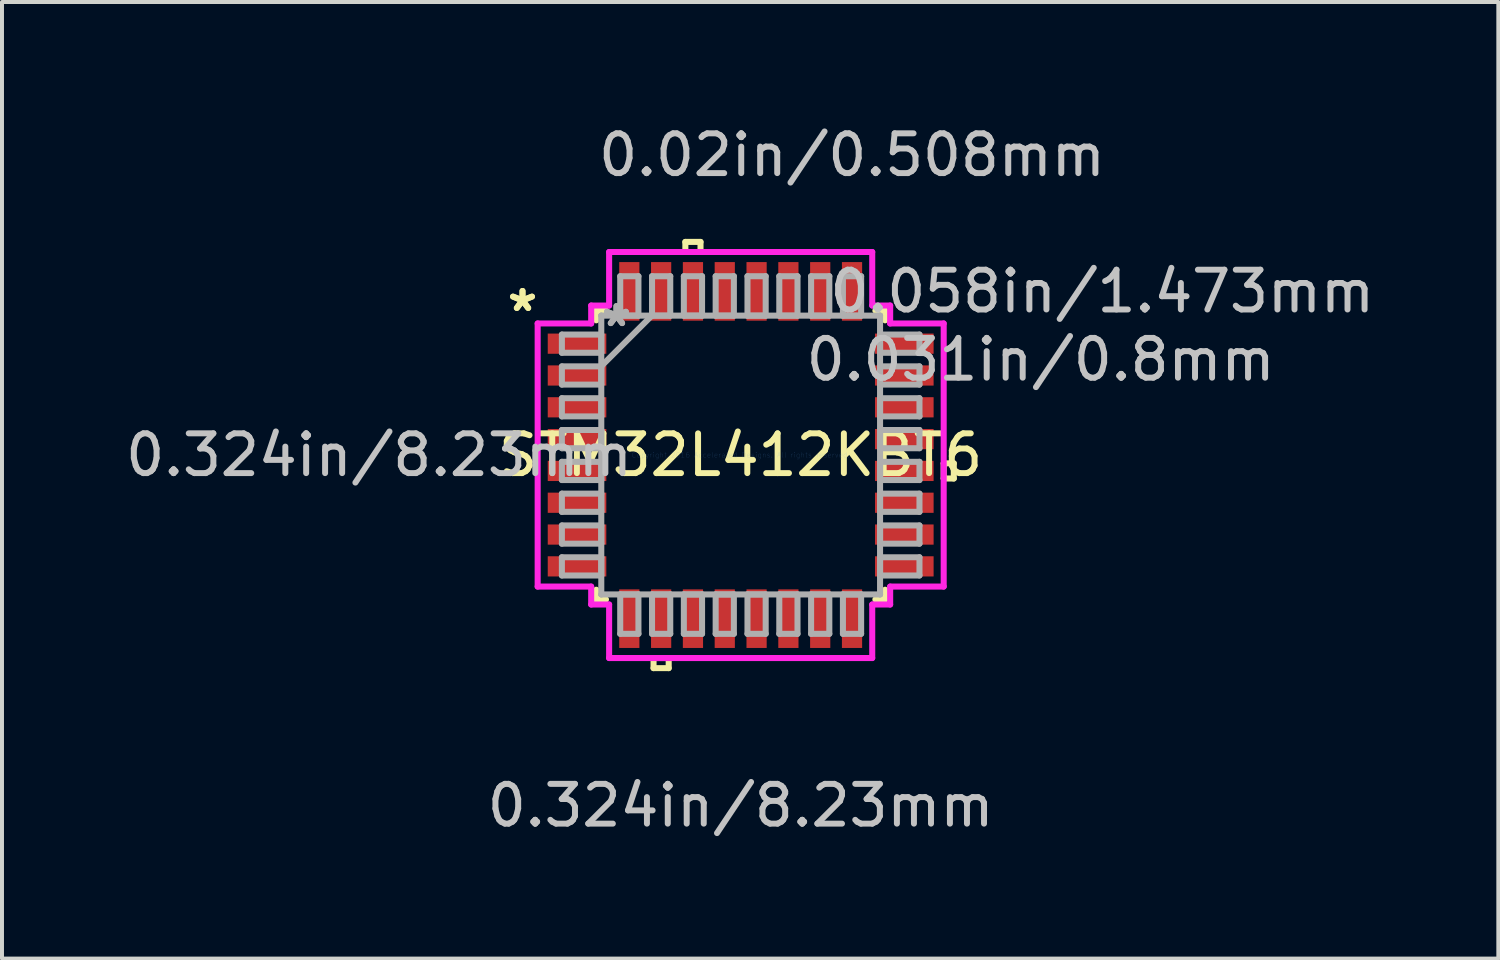
<source format=kicad_pcb>
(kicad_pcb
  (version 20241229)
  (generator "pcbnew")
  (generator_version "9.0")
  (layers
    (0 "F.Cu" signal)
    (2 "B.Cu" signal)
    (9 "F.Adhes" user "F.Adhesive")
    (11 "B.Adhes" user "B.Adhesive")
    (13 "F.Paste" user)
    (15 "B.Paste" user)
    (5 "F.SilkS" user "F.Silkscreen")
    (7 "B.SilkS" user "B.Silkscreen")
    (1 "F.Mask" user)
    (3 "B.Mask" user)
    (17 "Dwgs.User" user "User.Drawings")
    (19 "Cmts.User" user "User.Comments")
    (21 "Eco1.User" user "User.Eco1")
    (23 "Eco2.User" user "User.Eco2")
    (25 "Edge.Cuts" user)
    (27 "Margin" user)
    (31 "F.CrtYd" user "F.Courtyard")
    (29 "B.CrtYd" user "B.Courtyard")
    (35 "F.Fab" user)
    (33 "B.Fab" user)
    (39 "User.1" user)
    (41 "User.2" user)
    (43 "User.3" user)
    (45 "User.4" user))
  (footprint "STM32L412KBT6"
    (layer "F.Cu")
    (at 15.575 8.392)
    (property "Reference" "STM32L412KBT6" (at 0 0 0) (layer "F.SilkS") (effects (font (size 1 1) (thickness 0.15))))
    (attr through_hole)
    (fp_line (start -3.632 -3.632) (end -3.632 -3.387) (stroke (width 0.152) (type solid)) (layer "F.SilkS"))
    (fp_line (start -3.632 3.387) (end -3.632 3.632) (stroke (width 0.152) (type solid)) (layer "F.SilkS"))
    (fp_line (start -3.632 3.632) (end -3.387 3.632) (stroke (width 0.152) (type solid)) (layer "F.SilkS"))
    (fp_line (start -3.387 -3.632) (end -3.632 -3.632) (stroke (width 0.152) (type solid)) (layer "F.SilkS"))
    (fp_line (start -2.191 5.105) (end -2.191 5.359) (stroke (width 0.152) (type solid)) (layer "F.SilkS"))
    (fp_line (start -2.191 5.359) (end -1.81 5.359) (stroke (width 0.152) (type solid)) (layer "F.SilkS"))
    (fp_line (start -1.81 5.105) (end -2.191 5.105) (stroke (width 0.152) (type solid)) (layer "F.SilkS"))
    (fp_line (start -1.81 5.359) (end -1.81 5.105) (stroke (width 0.152) (type solid)) (layer "F.SilkS"))
    (fp_line (start -1.391 -5.359) (end -1.01 -5.359) (stroke (width 0.152) (type solid)) (layer "F.SilkS"))
    (fp_line (start -1.391 -5.105) (end -1.391 -5.359) (stroke (width 0.152) (type solid)) (layer "F.SilkS"))
    (fp_line (start -1.01 -5.359) (end -1.01 -5.105) (stroke (width 0.152) (type solid)) (layer "F.SilkS"))
    (fp_line (start -1.01 -5.105) (end -1.391 -5.105) (stroke (width 0.152) (type solid)) (layer "F.SilkS"))
    (fp_line (start 3.387 3.632) (end 3.632 3.632) (stroke (width 0.152) (type solid)) (layer "F.SilkS"))
    (fp_line (start 3.632 -3.632) (end 3.387 -3.632) (stroke (width 0.152) (type solid)) (layer "F.SilkS"))
    (fp_line (start 3.632 -3.387) (end 3.632 -3.632) (stroke (width 0.152) (type solid)) (layer "F.SilkS"))
    (fp_line (start 3.632 3.632) (end 3.632 3.387) (stroke (width 0.152) (type solid)) (layer "F.SilkS"))
    (fp_line (start 5.105 0.209) (end 5.359 0.209) (stroke (width 0.152) (type solid)) (layer "F.SilkS"))
    (fp_line (start 5.105 0.59) (end 5.105 0.209) (stroke (width 0.152) (type solid)) (layer "F.SilkS"))
    (fp_line (start 5.359 0.209) (end 5.359 0.59) (stroke (width 0.152) (type solid)) (layer "F.SilkS"))
    (fp_line (start 5.359 0.59) (end 5.105 0.59) (stroke (width 0.152) (type solid)) (layer "F.SilkS"))
    (fp_line (start -5.105 -3.308) (end -3.759 -3.308) (stroke (width 0.152) (type solid)) (layer "F.CrtYd"))
    (fp_line (start -5.105 3.308) (end -5.105 -3.308) (stroke (width 0.152) (type solid)) (layer "F.CrtYd"))
    (fp_line (start -3.759 -3.759) (end -3.308 -3.759) (stroke (width 0.152) (type solid)) (layer "F.CrtYd"))
    (fp_line (start -3.759 -3.308) (end -3.759 -3.759) (stroke (width 0.152) (type solid)) (layer "F.CrtYd"))
    (fp_line (start -3.759 3.308) (end -5.105 3.308) (stroke (width 0.152) (type solid)) (layer "F.CrtYd"))
    (fp_line (start -3.759 3.759) (end -3.759 3.308) (stroke (width 0.152) (type solid)) (layer "F.CrtYd"))
    (fp_line (start -3.308 -5.105) (end 3.308 -5.105) (stroke (width 0.152) (type solid)) (layer "F.CrtYd"))
    (fp_line (start -3.308 -3.759) (end -3.308 -5.105) (stroke (width 0.152) (type solid)) (layer "F.CrtYd"))
    (fp_line (start -3.308 3.759) (end -3.759 3.759) (stroke (width 0.152) (type solid)) (layer "F.CrtYd"))
    (fp_line (start -3.308 5.105) (end -3.308 3.759) (stroke (width 0.152) (type solid)) (layer "F.CrtYd"))
    (fp_line (start 3.308 -5.105) (end 3.308 -3.759) (stroke (width 0.152) (type solid)) (layer "F.CrtYd"))
    (fp_line (start 3.308 -3.759) (end 3.759 -3.759) (stroke (width 0.152) (type solid)) (layer "F.CrtYd"))
    (fp_line (start 3.308 3.759) (end 3.308 5.105) (stroke (width 0.152) (type solid)) (layer "F.CrtYd"))
    (fp_line (start 3.308 5.105) (end -3.308 5.105) (stroke (width 0.152) (type solid)) (layer "F.CrtYd"))
    (fp_line (start 3.759 -3.759) (end 3.759 -3.308) (stroke (width 0.152) (type solid)) (layer "F.CrtYd"))
    (fp_line (start 3.759 -3.308) (end 5.105 -3.308) (stroke (width 0.152) (type solid)) (layer "F.CrtYd"))
    (fp_line (start 3.759 3.308) (end 3.759 3.759) (stroke (width 0.152) (type solid)) (layer "F.CrtYd"))
    (fp_line (start 3.759 3.759) (end 3.308 3.759) (stroke (width 0.152) (type solid)) (layer "F.CrtYd"))
    (fp_line (start 5.105 -3.308) (end 5.105 3.308) (stroke (width 0.152) (type solid)) (layer "F.CrtYd"))
    (fp_line (start 5.105 3.308) (end 3.759 3.308) (stroke (width 0.152) (type solid)) (layer "F.CrtYd"))
    (fp_line (start -4.496 -3.029) (end -4.496 -2.571) (stroke (width 0.152) (type solid)) (layer "F.Fab"))
    (fp_line (start -4.496 -2.571) (end -3.505 -2.571) (stroke (width 0.152) (type solid)) (layer "F.Fab"))
    (fp_line (start -4.496 -2.229) (end -4.496 -1.771) (stroke (width 0.152) (type solid)) (layer "F.Fab"))
    (fp_line (start -4.496 -1.771) (end -3.505 -1.771) (stroke (width 0.152) (type solid)) (layer "F.Fab"))
    (fp_line (start -4.496 -1.429) (end -4.496 -0.971) (stroke (width 0.152) (type solid)) (layer "F.Fab"))
    (fp_line (start -4.496 -0.971) (end -3.505 -0.971) (stroke (width 0.152) (type solid)) (layer "F.Fab"))
    (fp_line (start -4.496 -0.629) (end -4.496 -0.171) (stroke (width 0.152) (type solid)) (layer "F.Fab"))
    (fp_line (start -4.496 -0.171) (end -3.505 -0.171) (stroke (width 0.152) (type solid)) (layer "F.Fab"))
    (fp_line (start -4.496 0.171) (end -4.496 0.629) (stroke (width 0.152) (type solid)) (layer "F.Fab"))
    (fp_line (start -4.496 0.629) (end -3.505 0.629) (stroke (width 0.152) (type solid)) (layer "F.Fab"))
    (fp_line (start -4.496 0.971) (end -4.496 1.429) (stroke (width 0.152) (type solid)) (layer "F.Fab"))
    (fp_line (start -4.496 1.429) (end -3.505 1.429) (stroke (width 0.152) (type solid)) (layer "F.Fab"))
    (fp_line (start -4.496 1.771) (end -4.496 2.229) (stroke (width 0.152) (type solid)) (layer "F.Fab"))
    (fp_line (start -4.496 2.229) (end -3.505 2.229) (stroke (width 0.152) (type solid)) (layer "F.Fab"))
    (fp_line (start -4.496 2.571) (end -4.496 3.029) (stroke (width 0.152) (type solid)) (layer "F.Fab"))
    (fp_line (start -4.496 3.029) (end -3.505 3.029) (stroke (width 0.152) (type solid)) (layer "F.Fab"))
    (fp_line (start -3.505 -3.505) (end -3.505 -3.505) (stroke (width 0.152) (type solid)) (layer "F.Fab"))
    (fp_line (start -3.505 -3.505) (end -3.505 3.505) (stroke (width 0.152) (type solid)) (layer "F.Fab"))
    (fp_line (start -3.505 -3.029) (end -4.496 -3.029) (stroke (width 0.152) (type solid)) (layer "F.Fab"))
    (fp_line (start -3.505 -2.571) (end -3.505 -3.029) (stroke (width 0.152) (type solid)) (layer "F.Fab"))
    (fp_line (start -3.505 -2.235) (end -2.235 -3.505) (stroke (width 0.152) (type solid)) (layer "F.Fab"))
    (fp_line (start -3.505 -2.229) (end -4.496 -2.229) (stroke (width 0.152) (type solid)) (layer "F.Fab"))
    (fp_line (start -3.505 -1.771) (end -3.505 -2.229) (stroke (width 0.152) (type solid)) (layer "F.Fab"))
    (fp_line (start -3.505 -1.429) (end -4.496 -1.429) (stroke (width 0.152) (type solid)) (layer "F.Fab"))
    (fp_line (start -3.505 -0.971) (end -3.505 -1.429) (stroke (width 0.152) (type solid)) (layer "F.Fab"))
    (fp_line (start -3.505 -0.629) (end -4.496 -0.629) (stroke (width 0.152) (type solid)) (layer "F.Fab"))
    (fp_line (start -3.505 -0.171) (end -3.505 -0.629) (stroke (width 0.152) (type solid)) (layer "F.Fab"))
    (fp_line (start -3.505 0.171) (end -4.496 0.171) (stroke (width 0.152) (type solid)) (layer "F.Fab"))
    (fp_line (start -3.505 0.629) (end -3.505 0.171) (stroke (width 0.152) (type solid)) (layer "F.Fab"))
    (fp_line (start -3.505 0.971) (end -4.496 0.971) (stroke (width 0.152) (type solid)) (layer "F.Fab"))
    (fp_line (start -3.505 1.429) (end -3.505 0.971) (stroke (width 0.152) (type solid)) (layer "F.Fab"))
    (fp_line (start -3.505 1.771) (end -4.496 1.771) (stroke (width 0.152) (type solid)) (layer "F.Fab"))
    (fp_line (start -3.505 2.229) (end -3.505 1.771) (stroke (width 0.152) (type solid)) (layer "F.Fab"))
    (fp_line (start -3.505 2.571) (end -4.496 2.571) (stroke (width 0.152) (type solid)) (layer "F.Fab"))
    (fp_line (start -3.505 3.029) (end -3.505 2.571) (stroke (width 0.152) (type solid)) (layer "F.Fab"))
    (fp_line (start -3.505 3.505) (end -3.505 3.505) (stroke (width 0.152) (type solid)) (layer "F.Fab"))
    (fp_line (start -3.505 3.505) (end 3.505 3.505) (stroke (width 0.152) (type solid)) (layer "F.Fab"))
    (fp_line (start -3.029 -4.496) (end -3.029 -3.505) (stroke (width 0.152) (type solid)) (layer "F.Fab"))
    (fp_line (start -3.029 -3.505) (end -2.571 -3.505) (stroke (width 0.152) (type solid)) (layer "F.Fab"))
    (fp_line (start -3.029 3.505) (end -3.029 4.496) (stroke (width 0.152) (type solid)) (layer "F.Fab"))
    (fp_line (start -3.029 4.496) (end -2.571 4.496) (stroke (width 0.152) (type solid)) (layer "F.Fab"))
    (fp_line (start -2.571 -4.496) (end -3.029 -4.496) (stroke (width 0.152) (type solid)) (layer "F.Fab"))
    (fp_line (start -2.571 -3.505) (end -2.571 -4.496) (stroke (width 0.152) (type solid)) (layer "F.Fab"))
    (fp_line (start -2.571 3.505) (end -3.029 3.505) (stroke (width 0.152) (type solid)) (layer "F.Fab"))
    (fp_line (start -2.571 4.496) (end -2.571 3.505) (stroke (width 0.152) (type solid)) (layer "F.Fab"))
    (fp_line (start -2.229 -4.496) (end -2.229 -3.505) (stroke (width 0.152) (type solid)) (layer "F.Fab"))
    (fp_line (start -2.229 -3.505) (end -1.771 -3.505) (stroke (width 0.152) (type solid)) (layer "F.Fab"))
    (fp_line (start -2.229 3.505) (end -2.229 4.496) (stroke (width 0.152) (type solid)) (layer "F.Fab"))
    (fp_line (start -2.229 4.496) (end -1.771 4.496) (stroke (width 0.152) (type solid)) (layer "F.Fab"))
    (fp_line (start -1.771 -4.496) (end -2.229 -4.496) (stroke (width 0.152) (type solid)) (layer "F.Fab"))
    (fp_line (start -1.771 -3.505) (end -1.771 -4.496) (stroke (width 0.152) (type solid)) (layer "F.Fab"))
    (fp_line (start -1.771 3.505) (end -2.229 3.505) (stroke (width 0.152) (type solid)) (layer "F.Fab"))
    (fp_line (start -1.771 4.496) (end -1.771 3.505) (stroke (width 0.152) (type solid)) (layer "F.Fab"))
    (fp_line (start -1.429 -4.496) (end -1.429 -3.505) (stroke (width 0.152) (type solid)) (layer "F.Fab"))
    (fp_line (start -1.429 -3.505) (end -0.971 -3.505) (stroke (width 0.152) (type solid)) (layer "F.Fab"))
    (fp_line (start -1.429 3.505) (end -1.429 4.496) (stroke (width 0.152) (type solid)) (layer "F.Fab"))
    (fp_line (start -1.429 4.496) (end -0.971 4.496) (stroke (width 0.152) (type solid)) (layer "F.Fab"))
    (fp_line (start -0.971 -4.496) (end -1.429 -4.496) (stroke (width 0.152) (type solid)) (layer "F.Fab"))
    (fp_line (start -0.971 -3.505) (end -0.971 -4.496) (stroke (width 0.152) (type solid)) (layer "F.Fab"))
    (fp_line (start -0.971 3.505) (end -1.429 3.505) (stroke (width 0.152) (type solid)) (layer "F.Fab"))
    (fp_line (start -0.971 4.496) (end -0.971 3.505) (stroke (width 0.152) (type solid)) (layer "F.Fab"))
    (fp_line (start -0.629 -4.496) (end -0.629 -3.505) (stroke (width 0.152) (type solid)) (layer "F.Fab"))
    (fp_line (start -0.629 -3.505) (end -0.171 -3.505) (stroke (width 0.152) (type solid)) (layer "F.Fab"))
    (fp_line (start -0.629 3.505) (end -0.629 4.496) (stroke (width 0.152) (type solid)) (layer "F.Fab"))
    (fp_line (start -0.629 4.496) (end -0.171 4.496) (stroke (width 0.152) (type solid)) (layer "F.Fab"))
    (fp_line (start -0.171 -4.496) (end -0.629 -4.496) (stroke (width 0.152) (type solid)) (layer "F.Fab"))
    (fp_line (start -0.171 -3.505) (end -0.171 -4.496) (stroke (width 0.152) (type solid)) (layer "F.Fab"))
    (fp_line (start -0.171 3.505) (end -0.629 3.505) (stroke (width 0.152) (type solid)) (layer "F.Fab"))
    (fp_line (start -0.171 4.496) (end -0.171 3.505) (stroke (width 0.152) (type solid)) (layer "F.Fab"))
    (fp_line (start 0.171 -4.496) (end 0.171 -3.505) (stroke (width 0.152) (type solid)) (layer "F.Fab"))
    (fp_line (start 0.171 -3.505) (end 0.629 -3.505) (stroke (width 0.152) (type solid)) (layer "F.Fab"))
    (fp_line (start 0.171 3.505) (end 0.171 4.496) (stroke (width 0.152) (type solid)) (layer "F.Fab"))
    (fp_line (start 0.171 4.496) (end 0.629 4.496) (stroke (width 0.152) (type solid)) (layer "F.Fab"))
    (fp_line (start 0.629 -4.496) (end 0.171 -4.496) (stroke (width 0.152) (type solid)) (layer "F.Fab"))
    (fp_line (start 0.629 -3.505) (end 0.629 -4.496) (stroke (width 0.152) (type solid)) (layer "F.Fab"))
    (fp_line (start 0.629 3.505) (end 0.171 3.505) (stroke (width 0.152) (type solid)) (layer "F.Fab"))
    (fp_line (start 0.629 4.496) (end 0.629 3.505) (stroke (width 0.152) (type solid)) (layer "F.Fab"))
    (fp_line (start 0.971 -4.496) (end 0.971 -3.505) (stroke (width 0.152) (type solid)) (layer "F.Fab"))
    (fp_line (start 0.971 -3.505) (end 1.429 -3.505) (stroke (width 0.152) (type solid)) (layer "F.Fab"))
    (fp_line (start 0.971 3.505) (end 0.971 4.496) (stroke (width 0.152) (type solid)) (layer "F.Fab"))
    (fp_line (start 0.971 4.496) (end 1.429 4.496) (stroke (width 0.152) (type solid)) (layer "F.Fab"))
    (fp_line (start 1.429 -4.496) (end 0.971 -4.496) (stroke (width 0.152) (type solid)) (layer "F.Fab"))
    (fp_line (start 1.429 -3.505) (end 1.429 -4.496) (stroke (width 0.152) (type solid)) (layer "F.Fab"))
    (fp_line (start 1.429 3.505) (end 0.971 3.505) (stroke (width 0.152) (type solid)) (layer "F.Fab"))
    (fp_line (start 1.429 4.496) (end 1.429 3.505) (stroke (width 0.152) (type solid)) (layer "F.Fab"))
    (fp_line (start 1.771 -4.496) (end 1.771 -3.505) (stroke (width 0.152) (type solid)) (layer "F.Fab"))
    (fp_line (start 1.771 -3.505) (end 2.229 -3.505) (stroke (width 0.152) (type solid)) (layer "F.Fab"))
    (fp_line (start 1.771 3.505) (end 1.771 4.496) (stroke (width 0.152) (type solid)) (layer "F.Fab"))
    (fp_line (start 1.771 4.496) (end 2.229 4.496) (stroke (width 0.152) (type solid)) (layer "F.Fab"))
    (fp_line (start 2.229 -4.496) (end 1.771 -4.496) (stroke (width 0.152) (type solid)) (layer "F.Fab"))
    (fp_line (start 2.229 -3.505) (end 2.229 -4.496) (stroke (width 0.152) (type solid)) (layer "F.Fab"))
    (fp_line (start 2.229 3.505) (end 1.771 3.505) (stroke (width 0.152) (type solid)) (layer "F.Fab"))
    (fp_line (start 2.229 4.496) (end 2.229 3.505) (stroke (width 0.152) (type solid)) (layer "F.Fab"))
    (fp_line (start 2.571 -4.496) (end 2.571 -3.505) (stroke (width 0.152) (type solid)) (layer "F.Fab"))
    (fp_line (start 2.571 -3.505) (end 3.029 -3.505) (stroke (width 0.152) (type solid)) (layer "F.Fab"))
    (fp_line (start 2.571 3.505) (end 2.571 4.496) (stroke (width 0.152) (type solid)) (layer "F.Fab"))
    (fp_line (start 2.571 4.496) (end 3.029 4.496) (stroke (width 0.152) (type solid)) (layer "F.Fab"))
    (fp_line (start 3.029 -4.496) (end 2.571 -4.496) (stroke (width 0.152) (type solid)) (layer "F.Fab"))
    (fp_line (start 3.029 -3.505) (end 3.029 -4.496) (stroke (width 0.152) (type solid)) (layer "F.Fab"))
    (fp_line (start 3.029 3.505) (end 2.571 3.505) (stroke (width 0.152) (type solid)) (layer "F.Fab"))
    (fp_line (start 3.029 4.496) (end 3.029 3.505) (stroke (width 0.152) (type solid)) (layer "F.Fab"))
    (fp_line (start 3.505 -3.505) (end -3.505 -3.505) (stroke (width 0.152) (type solid)) (layer "F.Fab"))
    (fp_line (start 3.505 -3.505) (end 3.505 -3.505) (stroke (width 0.152) (type solid)) (layer "F.Fab"))
    (fp_line (start 3.505 -3.029) (end 3.505 -2.571) (stroke (width 0.152) (type solid)) (layer "F.Fab"))
    (fp_line (start 3.505 -2.571) (end 4.496 -2.571) (stroke (width 0.152) (type solid)) (layer "F.Fab"))
    (fp_line (start 3.505 -2.229) (end 3.505 -1.771) (stroke (width 0.152) (type solid)) (layer "F.Fab"))
    (fp_line (start 3.505 -1.771) (end 4.496 -1.771) (stroke (width 0.152) (type solid)) (layer "F.Fab"))
    (fp_line (start 3.505 -1.429) (end 3.505 -0.971) (stroke (width 0.152) (type solid)) (layer "F.Fab"))
    (fp_line (start 3.505 -0.971) (end 4.496 -0.971) (stroke (width 0.152) (type solid)) (layer "F.Fab"))
    (fp_line (start 3.505 -0.629) (end 3.505 -0.171) (stroke (width 0.152) (type solid)) (layer "F.Fab"))
    (fp_line (start 3.505 -0.171) (end 4.496 -0.171) (stroke (width 0.152) (type solid)) (layer "F.Fab"))
    (fp_line (start 3.505 0.171) (end 3.505 0.629) (stroke (width 0.152) (type solid)) (layer "F.Fab"))
    (fp_line (start 3.505 0.629) (end 4.496 0.629) (stroke (width 0.152) (type solid)) (layer "F.Fab"))
    (fp_line (start 3.505 0.971) (end 3.505 1.429) (stroke (width 0.152) (type solid)) (layer "F.Fab"))
    (fp_line (start 3.505 1.429) (end 4.496 1.429) (stroke (width 0.152) (type solid)) (layer "F.Fab"))
    (fp_line (start 3.505 1.771) (end 3.505 2.229) (stroke (width 0.152) (type solid)) (layer "F.Fab"))
    (fp_line (start 3.505 2.229) (end 4.496 2.229) (stroke (width 0.152) (type solid)) (layer "F.Fab"))
    (fp_line (start 3.505 2.571) (end 3.505 3.029) (stroke (width 0.152) (type solid)) (layer "F.Fab"))
    (fp_line (start 3.505 3.029) (end 4.496 3.029) (stroke (width 0.152) (type solid)) (layer "F.Fab"))
    (fp_line (start 3.505 3.505) (end 3.505 -3.505) (stroke (width 0.152) (type solid)) (layer "F.Fab"))
    (fp_line (start 3.505 3.505) (end 3.505 3.505) (stroke (width 0.152) (type solid)) (layer "F.Fab"))
    (fp_line (start 4.496 -3.029) (end 3.505 -3.029) (stroke (width 0.152) (type solid)) (layer "F.Fab"))
    (fp_line (start 4.496 -2.571) (end 4.496 -3.029) (stroke (width 0.152) (type solid)) (layer "F.Fab"))
    (fp_line (start 4.496 -2.229) (end 3.505 -2.229) (stroke (width 0.152) (type solid)) (layer "F.Fab"))
    (fp_line (start 4.496 -1.771) (end 4.496 -2.229) (stroke (width 0.152) (type solid)) (layer "F.Fab"))
    (fp_line (start 4.496 -1.429) (end 3.505 -1.429) (stroke (width 0.152) (type solid)) (layer "F.Fab"))
    (fp_line (start 4.496 -0.971) (end 4.496 -1.429) (stroke (width 0.152) (type solid)) (layer "F.Fab"))
    (fp_line (start 4.496 -0.629) (end 3.505 -0.629) (stroke (width 0.152) (type solid)) (layer "F.Fab"))
    (fp_line (start 4.496 -0.171) (end 4.496 -0.629) (stroke (width 0.152) (type solid)) (layer "F.Fab"))
    (fp_line (start 4.496 0.171) (end 3.505 0.171) (stroke (width 0.152) (type solid)) (layer "F.Fab"))
    (fp_line (start 4.496 0.629) (end 4.496 0.171) (stroke (width 0.152) (type solid)) (layer "F.Fab"))
    (fp_line (start 4.496 0.971) (end 3.505 0.971) (stroke (width 0.152) (type solid)) (layer "F.Fab"))
    (fp_line (start 4.496 1.429) (end 4.496 0.971) (stroke (width 0.152) (type solid)) (layer "F.Fab"))
    (fp_line (start 4.496 1.771) (end 3.505 1.771) (stroke (width 0.152) (type solid)) (layer "F.Fab"))
    (fp_line (start 4.496 2.229) (end 4.496 1.771) (stroke (width 0.152) (type solid)) (layer "F.Fab"))
    (fp_line (start 4.496 2.571) (end 3.505 2.571) (stroke (width 0.152) (type solid)) (layer "F.Fab"))
    (fp_line (start 4.496 3.029) (end 4.496 2.571) (stroke (width 0.152) (type solid)) (layer "F.Fab"))
    (fp_text user "*" (at -5.486 -3.581 0) (layer "F.SilkS") (effects (font (size 1 1) (thickness 0.15))))
    (fp_text user "*" (at -5.486 -3.581 0) (layer "F.SilkS") (effects (font (size 1 1) (thickness 0.15))))
    (fp_text user "0.02in/0.508mm" (at 2.8 -7.544 0) (layer "Dwgs.User") (effects (font (size 1 1) (thickness 0.15))))
    (fp_text user "0.324in/8.23mm" (at 0 8.814 0) (layer "Dwgs.User") (effects (font (size 1 1) (thickness 0.15))))
    (fp_text user "0.058in/1.473mm" (at 9.093 -4.115 0) (layer "Dwgs.User") (effects (font (size 1 1) (thickness 0.15))))
    (fp_text user "0.324in/8.23mm" (at -9.093 0 0) (layer "Dwgs.User") (effects (font (size 1 1) (thickness 0.15))))
    (fp_text user "0.031in/0.8mm" (at 7.544 -2.4 0) (layer "Dwgs.User") (effects (font (size 1 1) (thickness 0.15))))
    (fp_text user "Copyright 2016 Accelerated Designs. All rights reserved." (at 0 0 0) (layer "Cmts.User") (effects (font (size 0.127 0.127) (thickness 0.002))))
    (fp_text user "*" (at -3.124 -3.2 0) (layer "F.Fab") (effects (font (size 1 1) (thickness 0.15))))
    (fp_text user "*" (at -3.124 -3.2 0) (layer "F.Fab") (effects (font (size 1 1) (thickness 0.15))))
    (pad "1" smd rect (at -4.115 -2.8 90) (size 0.508 1.473) (layers "F.Cu" "F.Mask" "F.Paste"))
    (pad "2" smd rect (at -4.115 -2 90) (size 0.508 1.473) (layers "F.Cu" "F.Mask" "F.Paste"))
    (pad "3" smd rect (at -4.115 -1.2 90) (size 0.508 1.473) (layers "F.Cu" "F.Mask" "F.Paste"))
    (pad "4" smd rect (at -4.115 -0.4 90) (size 0.508 1.473) (layers "F.Cu" "F.Mask" "F.Paste"))
    (pad "5" smd rect (at -4.115 0.4 90) (size 0.508 1.473) (layers "F.Cu" "F.Mask" "F.Paste"))
    (pad "6" smd rect (at -4.115 1.2 90) (size 0.508 1.473) (layers "F.Cu" "F.Mask" "F.Paste"))
    (pad "7" smd rect (at -4.115 2 90) (size 0.508 1.473) (layers "F.Cu" "F.Mask" "F.Paste"))
    (pad "8" smd rect (at -4.115 2.8 90) (size 0.508 1.473) (layers "F.Cu" "F.Mask" "F.Paste"))
    (pad "9" smd rect (at -2.8 4.115) (size 0.508 1.473) (layers "F.Cu" "F.Mask" "F.Paste"))
    (pad "10" smd rect (at -2 4.115) (size 0.508 1.473) (layers "F.Cu" "F.Mask" "F.Paste"))
    (pad "11" smd rect (at -1.2 4.115) (size 0.508 1.473) (layers "F.Cu" "F.Mask" "F.Paste"))
    (pad "12" smd rect (at -0.4 4.115) (size 0.508 1.473) (layers "F.Cu" "F.Mask" "F.Paste"))
    (pad "13" smd rect (at 0.4 4.115) (size 0.508 1.473) (layers "F.Cu" "F.Mask" "F.Paste"))
    (pad "14" smd rect (at 1.2 4.115) (size 0.508 1.473) (layers "F.Cu" "F.Mask" "F.Paste"))
    (pad "15" smd rect (at 2 4.115) (size 0.508 1.473) (layers "F.Cu" "F.Mask" "F.Paste"))
    (pad "16" smd rect (at 2.8 4.115) (size 0.508 1.473) (layers "F.Cu" "F.Mask" "F.Paste"))
    (pad "17" smd rect (at 4.115 2.8 90) (size 0.508 1.473) (layers "F.Cu" "F.Mask" "F.Paste"))
    (pad "18" smd rect (at 4.115 2 90) (size 0.508 1.473) (layers "F.Cu" "F.Mask" "F.Paste"))
    (pad "19" smd rect (at 4.115 1.2 90) (size 0.508 1.473) (layers "F.Cu" "F.Mask" "F.Paste"))
    (pad "20" smd rect (at 4.115 0.4 90) (size 0.508 1.473) (layers "F.Cu" "F.Mask" "F.Paste"))
    (pad "21" smd rect (at 4.115 -0.4 90) (size 0.508 1.473) (layers "F.Cu" "F.Mask" "F.Paste"))
    (pad "22" smd rect (at 4.115 -1.2 90) (size 0.508 1.473) (layers "F.Cu" "F.Mask" "F.Paste"))
    (pad "23" smd rect (at 4.115 -2 90) (size 0.508 1.473) (layers "F.Cu" "F.Mask" "F.Paste"))
    (pad "24" smd rect (at 4.115 -2.8 90) (size 0.508 1.473) (layers "F.Cu" "F.Mask" "F.Paste"))
    (pad "25" smd rect (at 2.8 -4.115) (size 0.508 1.473) (layers "F.Cu" "F.Mask" "F.Paste"))
    (pad "26" smd rect (at 2 -4.115) (size 0.508 1.473) (layers "F.Cu" "F.Mask" "F.Paste"))
    (pad "27" smd rect (at 1.2 -4.115) (size 0.508 1.473) (layers "F.Cu" "F.Mask" "F.Paste"))
    (pad "28" smd rect (at 0.4 -4.115) (size 0.508 1.473) (layers "F.Cu" "F.Mask" "F.Paste"))
    (pad "29" smd rect (at -0.4 -4.115) (size 0.508 1.473) (layers "F.Cu" "F.Mask" "F.Paste"))
    (pad "30" smd rect (at -1.2 -4.115) (size 0.508 1.473) (layers "F.Cu" "F.Mask" "F.Paste"))
    (pad "31" smd rect (at -2 -4.115) (size 0.508 1.473) (layers "F.Cu" "F.Mask" "F.Paste"))
    (pad "32" smd rect (at -2.8 -4.115) (size 0.508 1.473) (layers "F.Cu" "F.Mask" "F.Paste")))
  (gr_rect
    (start -3 -3)
    (end 34.627 21.054)
    (stroke (width 0.1) (type default))
    (fill no)
    (layer "Edge.Cuts")))
</source>
